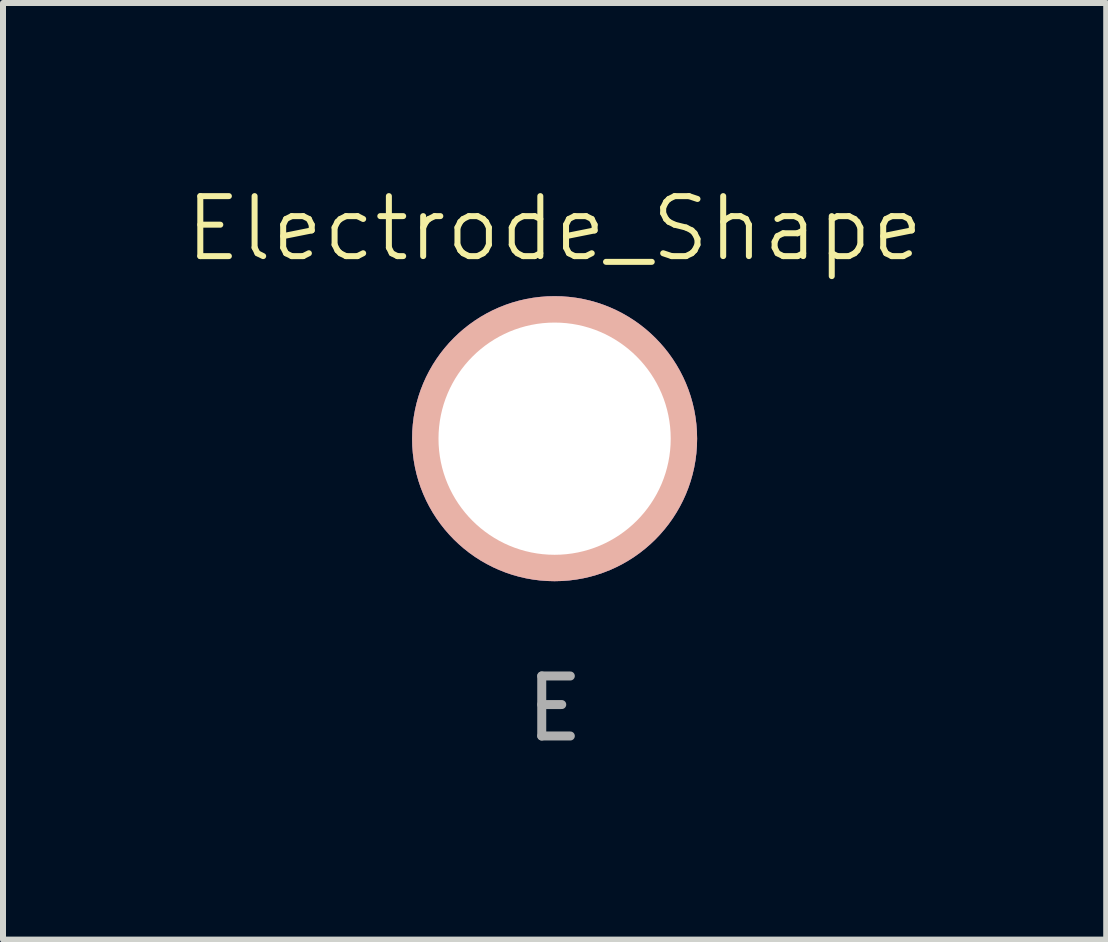
<source format=kicad_pcb>
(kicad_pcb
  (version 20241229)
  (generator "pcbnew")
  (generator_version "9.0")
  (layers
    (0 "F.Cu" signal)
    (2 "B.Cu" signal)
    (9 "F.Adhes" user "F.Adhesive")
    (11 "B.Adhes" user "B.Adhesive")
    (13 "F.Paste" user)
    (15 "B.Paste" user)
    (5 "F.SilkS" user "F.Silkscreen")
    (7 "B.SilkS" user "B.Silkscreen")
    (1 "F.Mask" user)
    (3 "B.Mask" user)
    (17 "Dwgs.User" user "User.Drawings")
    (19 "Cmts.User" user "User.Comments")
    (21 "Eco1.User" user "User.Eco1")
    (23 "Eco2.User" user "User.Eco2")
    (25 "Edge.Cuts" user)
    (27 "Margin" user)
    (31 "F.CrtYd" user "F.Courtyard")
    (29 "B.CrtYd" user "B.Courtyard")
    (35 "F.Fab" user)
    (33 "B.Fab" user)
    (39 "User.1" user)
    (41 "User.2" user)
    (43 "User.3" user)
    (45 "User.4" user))
  (footprint "Electrode_Shape"
    (layer "F.Cu")
    (at 6.193 4.261)
    (property "Reference" "Electrode_Shape" (at 0 -3.5 0) (unlocked yes) (layer "F.SilkS") (effects (font (size 1 1) (thickness 0.1))))
    (attr through_hole)
    (fp_text user "E" (at 0 4.5 0) (unlocked yes) (layer "F.Fab") (effects (font (size 1 1) (thickness 0.15))))
    (pad "1" thru_hole circle (at 0 0) (size 4.75 4.75) (drill 3.87) (layers "*.Cu" "*.Mask" "B.SilkS")))
  (gr_rect
    (start -3 -3)
    (end 15.386 12.609)
    (stroke (width 0.1) (type default))
    (fill no)
    (layer "Edge.Cuts")))
</source>
